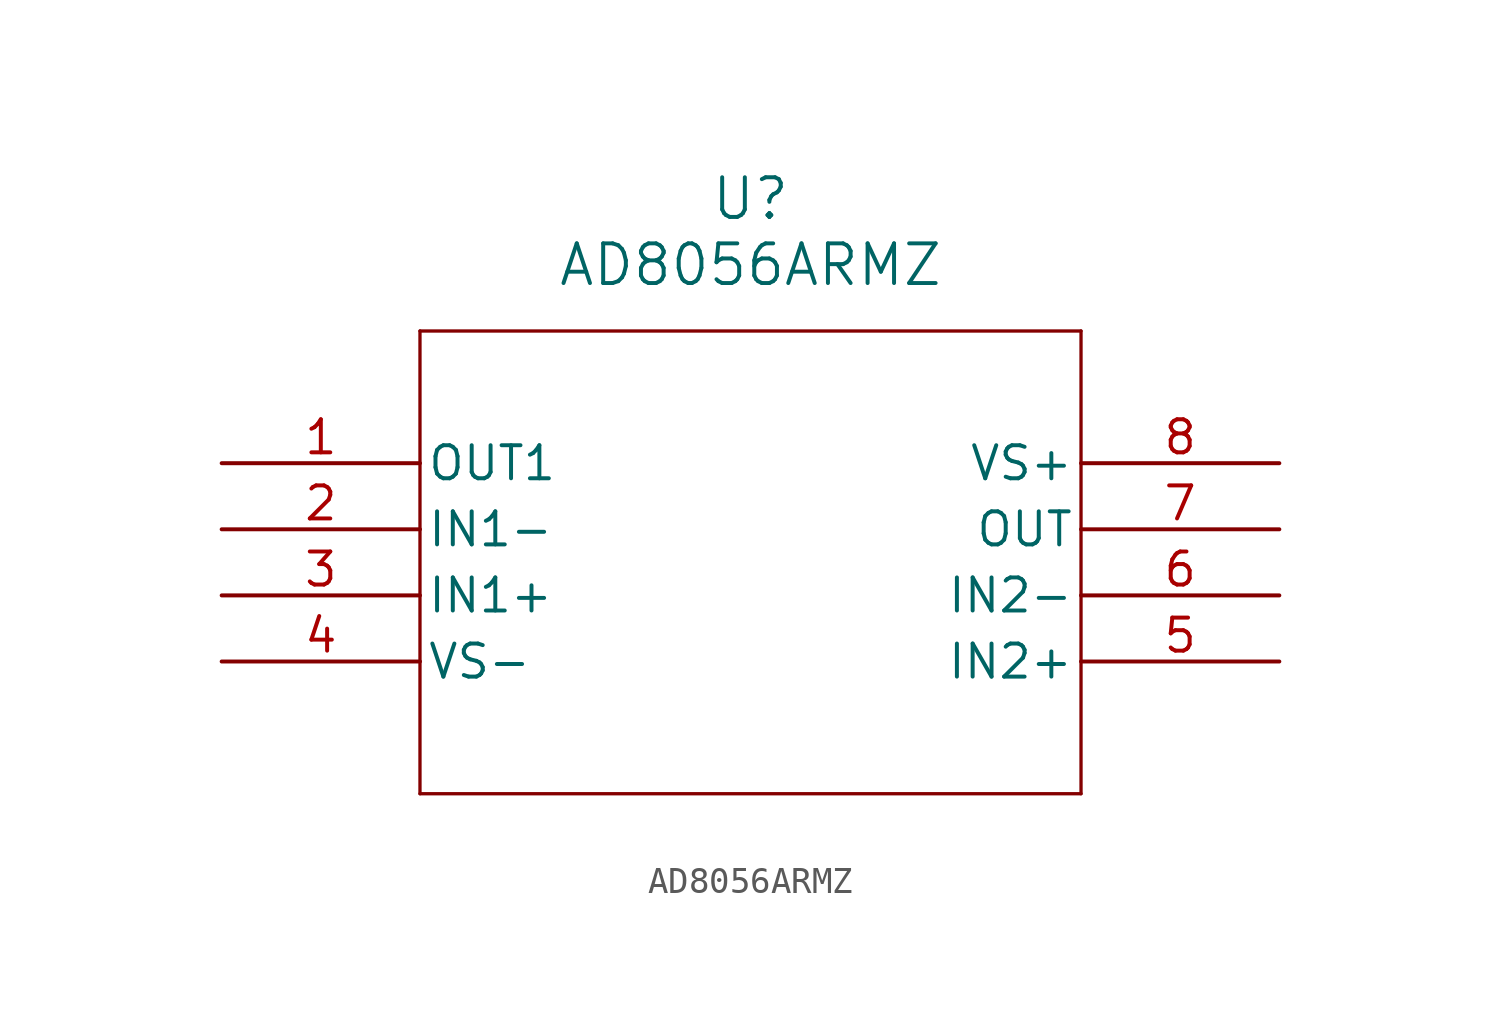
<source format=kicad_sym>
(kicad_symbol_lib
  (version 20211014)
  (generator kicad_symbol_editor)
  (symbol "AD8056ARMZ"
    (pin_names
      (offset 0.254))
    (property "Reference" "U"
      (at 20.32 10.16 0)
      (effects (font (size 1.524 1.524))))
    (property "Value" "AD8056ARMZ"
      (at 20.32 7.62 0)
      (effects (font (size 1.524 1.524))))
    (symbol "AD8056ARMZ_0_1"
      (polyline (pts (xy 7.62 5.08) (xy 7.62 -12.7)) (stroke (width 0.127) (type default) (color 0 0 0 0)) (fill (type none)))
      (polyline (pts (xy 7.62 -12.7) (xy 33.02 -12.7)) (stroke (width 0.127) (type default) (color 0 0 0 0)) (fill (type none)))
      (polyline (pts (xy 33.02 -12.7) (xy 33.02 5.08)) (stroke (width 0.127) (type default) (color 0 0 0 0)) (fill (type none)))
      (polyline (pts (xy 33.02 5.08) (xy 7.62 5.08)) (stroke (width 0.127) (type default) (color 0 0 0 0)) (fill (type none)))
      (pin unspecified line (at 0 0 0) (length 7.62) (name "OUT1" (effects (font (size 1.27 1.27)))) (number "1" (effects (font (size 1.27 1.27)))))
      (pin unspecified line (at 0 -2.54 0) (length 7.62) (name "IN1-" (effects (font (size 1.27 1.27)))) (number "2" (effects (font (size 1.27 1.27)))))
      (pin unspecified line (at 0 -5.08 0) (length 7.62) (name "IN1+" (effects (font (size 1.27 1.27)))) (number "3" (effects (font (size 1.27 1.27)))))
      (pin power_in line (at 0 -7.62 0) (length 7.62) (name "VS-" (effects (font (size 1.27 1.27)))) (number "4" (effects (font (size 1.27 1.27)))))
      (pin unspecified line (at 40.64 -7.62 180) (length 7.62) (name "IN2+" (effects (font (size 1.27 1.27)))) (number "5" (effects (font (size 1.27 1.27)))))
      (pin unspecified line (at 40.64 -5.08 180) (length 7.62) (name "IN2-" (effects (font (size 1.27 1.27)))) (number "6" (effects (font (size 1.27 1.27)))))
      (pin unspecified line (at 40.64 -2.54 180) (length 7.62) (name "OUT" (effects (font (size 1.27 1.27)))) (number "7" (effects (font (size 1.27 1.27)))))
      (pin power_in line (at 40.64 0 180) (length 7.62) (name "VS+" (effects (font (size 1.27 1.27)))) (number "8" (effects (font (size 1.27 1.27))))))))
</source>
